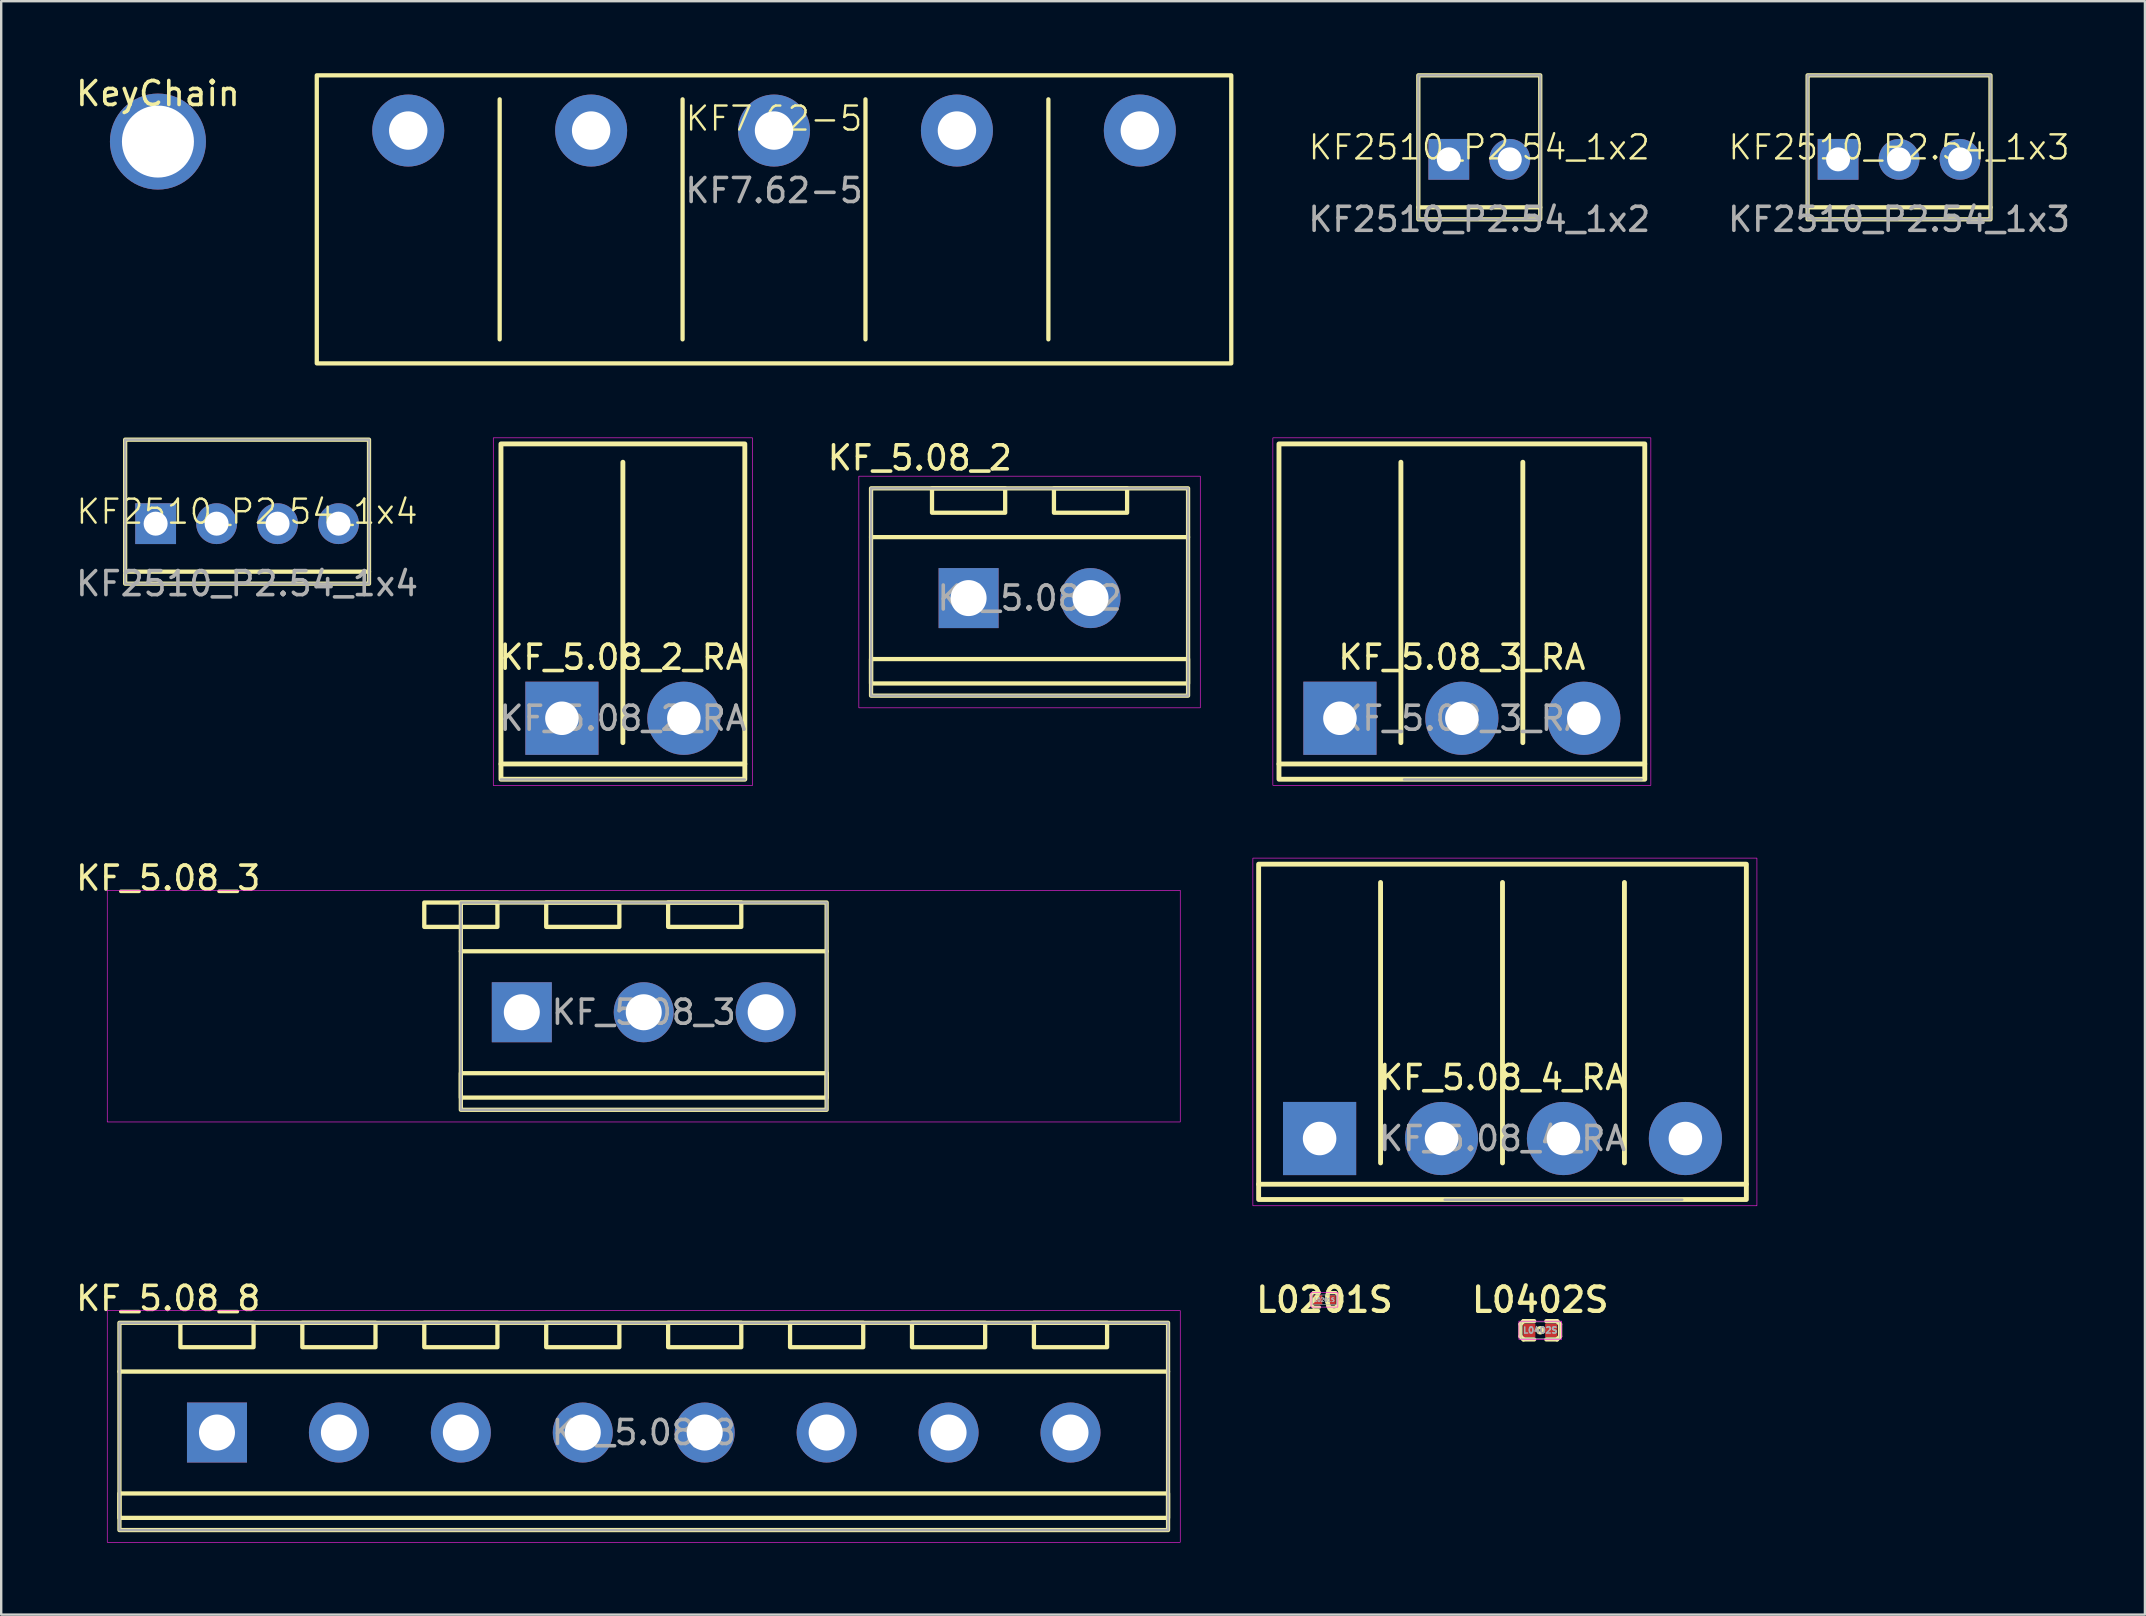
<source format=kicad_pcb>
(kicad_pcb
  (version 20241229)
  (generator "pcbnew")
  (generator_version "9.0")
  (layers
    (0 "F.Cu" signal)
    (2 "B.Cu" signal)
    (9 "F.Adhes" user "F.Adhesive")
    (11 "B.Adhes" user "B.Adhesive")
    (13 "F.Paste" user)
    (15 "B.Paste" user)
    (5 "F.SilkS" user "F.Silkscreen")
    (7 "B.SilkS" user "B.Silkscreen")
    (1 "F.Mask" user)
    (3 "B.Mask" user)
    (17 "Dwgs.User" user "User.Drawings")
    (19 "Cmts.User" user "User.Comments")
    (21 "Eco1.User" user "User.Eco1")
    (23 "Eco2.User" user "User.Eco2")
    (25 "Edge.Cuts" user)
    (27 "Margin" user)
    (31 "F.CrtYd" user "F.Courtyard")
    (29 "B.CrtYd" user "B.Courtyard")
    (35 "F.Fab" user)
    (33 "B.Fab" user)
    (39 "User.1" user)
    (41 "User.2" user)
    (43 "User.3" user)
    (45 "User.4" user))
  (footprint "KF7.62-5"
    (layer "F.Cu")
    (at 29.198 2.389)
    (property "Reference" "KF7.62-5" (at 0 -0.5 0) (unlocked yes) (layer "F.SilkS") (effects (font (size 1 1) (thickness 0.1))))
    (attr through_hole)
    (fp_line (start -11.43 -1.3) (end -11.43 8.7) (stroke (width 0.178) (type solid)) (layer "F.SilkS"))
    (fp_line (start -3.81 -1.3) (end -3.81 8.7) (stroke (width 0.178) (type solid)) (layer "F.SilkS"))
    (fp_line (start 3.81 -1.3) (end 3.81 8.7) (stroke (width 0.178) (type solid)) (layer "F.SilkS"))
    (fp_line (start 11.43 -1.3) (end 11.43 8.7) (stroke (width 0.178) (type solid)) (layer "F.SilkS"))
    (fp_rect (start -19.05 -2.3) (end 19.05 9.7) (stroke (width 0.178) (type solid)) (fill no) (layer "F.SilkS"))
    (fp_text user "${REFERENCE}" (at 0 2.5 0) (unlocked yes) (layer "F.Fab") (effects (font (size 1 1) (thickness 0.15))))
    (pad "1" thru_hole circle (at -15.24 0) (size 3 3) (drill 1.6) (layers "*.Cu" "*.Mask"))
    (pad "2" thru_hole circle (at -7.62 0) (size 3 3) (drill 1.6) (layers "*.Cu" "*.Mask"))
    (pad "3" thru_hole circle (at 0 0) (size 3 3) (drill 1.6) (layers "*.Cu" "*.Mask"))
    (pad "4" thru_hole circle (at 7.62 0) (size 3 3) (drill 1.6) (layers "*.Cu" "*.Mask"))
    (pad "5" thru_hole circle (at 15.24 0) (size 3 3) (drill 1.6) (layers "*.Cu" "*.Mask")))
  (footprint "KF2510_P2.54_1x3"
    (layer "F.Cu")
    (at 76.069 3.589)
    (property "Reference" "KF2510_P2.54_1x3" (at 0 -0.5 0) (unlocked yes) (layer "F.SilkS") (effects (font (size 1 1) (thickness 0.1))))
    (attr through_hole)
    (fp_line (start -3.81 2) (end 3.81 2) (stroke (width 0.178) (type solid)) (layer "F.SilkS"))
    (fp_rect (start -3.81 -3.5) (end 3.81 2.5) (stroke (width 0.178) (type solid)) (fill no) (layer "F.SilkS"))
    (fp_rect (start -3.81 -3.5) (end 3.81 2.5) (stroke (width 0.1) (type solid)) (fill no) (layer "F.Fab"))
    (fp_text user "${REFERENCE}" (at 0 2.5 0) (unlocked yes) (layer "F.Fab") (effects (font (size 1 1) (thickness 0.15))))
    (pad "1" thru_hole rect (at -2.54 0) (size 1.7 1.7) (drill 1) (layers "*.Cu" "*.Mask"))
    (pad "2" thru_hole circle (at 0 0) (size 1.7 1.7) (drill 1) (layers "*.Cu" "*.Mask"))
    (pad "3" thru_hole circle (at 2.54 0) (size 1.7 1.7) (drill 1) (layers "*.Cu" "*.Mask")))
  (footprint "KF_5.08_4_RA"
    (layer "F.Cu")
    (at 59.548 44.384)
    (property "Reference" "KF_5.08_4_RA" (at 0 -2.54 0) (layer "F.SilkS") (effects (font (size 1 1) (thickness 0.15))))
    (attr through_hole)
    (fp_line (start -10.16 1.905) (end 10.16 1.905) (stroke (width 0.203) (type solid)) (layer "F.SilkS"))
    (fp_line (start -5.08 1.016) (end -5.08 -10.668) (stroke (width 0.203) (type solid)) (layer "F.SilkS"))
    (fp_line (start 0 1.016) (end 0 -10.668) (stroke (width 0.203) (type solid)) (layer "F.SilkS"))
    (fp_line (start 5.08 1.016) (end 5.08 -10.668) (stroke (width 0.203) (type solid)) (layer "F.SilkS"))
    (fp_line (start 7.62 2.54) (end -2.54 2.54) (stroke (width 0.12) (type solid)) (layer "F.SilkS"))
    (fp_rect (start -10.16 2.54) (end 10.16 -11.43) (stroke (width 0.203) (type solid)) (fill no) (layer "F.SilkS"))
    (fp_rect (start -10.4 2.8) (end 10.6 -11.684) (stroke (width 0.025) (type solid)) (fill no) (layer "F.CrtYd"))
    (fp_line (start -2.41 2.55) (end 7.49 2.55) (stroke (width 0.1) (type solid)) (layer "F.Fab"))
    (fp_text user "${REFERENCE}" (at 0 0 0) (layer "F.Fab") (effects (font (size 1 1) (thickness 0.15))))
    (pad "1" thru_hole rect (at -7.62 0) (size 3.048 3.048) (drill 1.397) (layers "*.Cu" "*.Mask"))
    (pad "2" thru_hole circle (at -2.54 0) (size 3.048 3.048) (drill 1.397) (layers "*.Cu" "*.Mask"))
    (pad "3" thru_hole circle (at 2.54 0) (size 3.048 3.048) (drill 1.397) (layers "*.Cu" "*.Mask"))
    (pad "4" thru_hole circle (at 7.62 0) (size 3.048 3.048) (drill 1.397) (layers "*.Cu" "*.Mask")))
  (footprint "KF2510_P2.54_1x2"
    (layer "F.Cu")
    (at 58.581 3.589)
    (property "Reference" "KF2510_P2.54_1x2" (at 0 -0.5 0) (unlocked yes) (layer "F.SilkS") (effects (font (size 1 1) (thickness 0.1))))
    (attr through_hole)
    (fp_line (start -2.54 2) (end 2.54 2) (stroke (width 0.178) (type solid)) (layer "F.SilkS"))
    (fp_rect (start -2.54 -3.5) (end 2.54 2.5) (stroke (width 0.178) (type solid)) (fill no) (layer "F.SilkS"))
    (fp_rect (start -2.54 -3.5) (end 2.54 2.5) (stroke (width 0.1) (type solid)) (fill no) (layer "F.Fab"))
    (fp_text user "${REFERENCE}" (at 0 2.5 0) (unlocked yes) (layer "F.Fab") (effects (font (size 1 1) (thickness 0.15))))
    (pad "1" thru_hole rect (at -1.27 0) (size 1.7 1.7) (drill 1) (layers "*.Cu" "*.Mask"))
    (pad "2" thru_hole circle (at 1.27 0) (size 1.7 1.7) (drill 1) (layers "*.Cu" "*.Mask")))
  (footprint "KF_5.08_2_RA"
    (layer "F.Cu")
    (at 22.901 26.875)
    (property "Reference" "KF_5.08_2_RA" (at 0 -2.54 0) (layer "F.SilkS") (effects (font (size 1 1) (thickness 0.15))))
    (attr through_hole)
    (fp_line (start -5.08 1.905) (end 5.08 1.905) (stroke (width 0.203) (type solid)) (layer "F.SilkS"))
    (fp_line (start 0 1.016) (end 0 -10.668) (stroke (width 0.203) (type solid)) (layer "F.SilkS"))
    (fp_rect (start -5.08 2.54) (end 5.08 -11.43) (stroke (width 0.203) (type solid)) (fill no) (layer "F.SilkS"))
    (fp_rect (start -5.4 2.8) (end 5.4 -11.684) (stroke (width 0.025) (type solid)) (fill no) (layer "F.CrtYd"))
    (fp_line (start -5.08 2.55) (end 5.08 2.55) (stroke (width 0.1) (type solid)) (layer "F.Fab"))
    (fp_text user "${REFERENCE}" (at 0 0 0) (layer "F.Fab") (effects (font (size 1 1) (thickness 0.15))))
    (pad "1" thru_hole rect (at -2.54 0) (size 3.048 3.048) (drill 1.397) (layers "*.Cu" "*.Mask"))
    (pad "2" thru_hole circle (at 2.54 0) (size 3.048 3.048) (drill 1.397) (layers "*.Cu" "*.Mask")))
  (footprint "L0402S"
    (layer "F.Cu")
    (at 61.121 52.373)
    (property "Reference" "L0402S" (at 0 -1.27 0) (layer "F.SilkS") (effects (font (size 1.016 1.016) (thickness 0.178))))
    (attr smd)
    (fp_line (start -0.826 -0.254) (end -0.699 -0.381) (stroke (width 0.178) (type solid)) (layer "F.SilkS"))
    (fp_line (start -0.826 0.254) (end -0.826 -0.254) (stroke (width 0.178) (type solid)) (layer "F.SilkS"))
    (fp_line (start -0.826 0.254) (end -0.699 0.381) (stroke (width 0.178) (type solid)) (layer "F.SilkS"))
    (fp_line (start -0.699 0.381) (end -0.254 0.381) (stroke (width 0.178) (type solid)) (layer "F.SilkS"))
    (fp_line (start -0.254 -0.381) (end -0.699 -0.381) (stroke (width 0.178) (type solid)) (layer "F.SilkS"))
    (fp_line (start 0.254 -0.381) (end 0.699 -0.381) (stroke (width 0.178) (type solid)) (layer "F.SilkS"))
    (fp_line (start 0.254 0.381) (end 0.699 0.381) (stroke (width 0.178) (type solid)) (layer "F.SilkS"))
    (fp_line (start 0.699 0.381) (end 0.826 0.254) (stroke (width 0.178) (type solid)) (layer "F.SilkS"))
    (fp_line (start 0.826 -0.254) (end 0.699 -0.381) (stroke (width 0.178) (type solid)) (layer "F.SilkS"))
    (fp_line (start 0.826 -0.254) (end 0.826 0.254) (stroke (width 0.178) (type solid)) (layer "F.SilkS"))
    (fp_circle (center 0 0) (end 0.051 0) (stroke (width 0.127) (type solid)) (fill no) (layer "F.SilkS"))
    (fp_rect (start -0.889 -0.381) (end 0.889 0.381) (stroke (width 0.025) (type solid)) (fill no) (layer "F.CrtYd"))
    (fp_rect (start -0.8 -0.35) (end 0.8 0.35) (stroke (width 0.025) (type solid)) (fill no) (layer "F.Fab"))
    (fp_text user "${REFERENCE}" (at 0 0 0) (layer "F.Fab") (effects (font (size 0.254 0.254) (thickness 0.064))))
    (pad "1" smd rect (at -0.457 0) (size 0.508 0.559) (layers "F.Cu" "F.Mask" "F.Paste"))
    (pad "2" smd rect (at 0.457 0) (size 0.508 0.559) (layers "F.Cu" "F.Mask" "F.Paste")))
  (footprint "KF_5.08_3_RA"
    (layer "F.Cu")
    (at 57.855 26.875)
    (property "Reference" "KF_5.08_3_RA" (at 0 -2.54 0) (layer "F.SilkS") (effects (font (size 1 1) (thickness 0.15))))
    (attr through_hole)
    (fp_line (start -7.62 1.905) (end 7.62 1.905) (stroke (width 0.203) (type solid)) (layer "F.SilkS"))
    (fp_line (start -2.54 1.016) (end -2.54 -10.668) (stroke (width 0.203) (type solid)) (layer "F.SilkS"))
    (fp_line (start 2.54 1.016) (end 2.54 -10.668) (stroke (width 0.203) (type solid)) (layer "F.SilkS"))
    (fp_line (start 7.62 2.54) (end -2.54 2.54) (stroke (width 0.12) (type solid)) (layer "F.SilkS"))
    (fp_rect (start -7.62 2.54) (end 7.62 -11.43) (stroke (width 0.203) (type solid)) (fill no) (layer "F.SilkS"))
    (fp_rect (start -7.874 2.794) (end 7.874 -11.684) (stroke (width 0.025) (type solid)) (fill no) (layer "F.CrtYd"))
    (fp_line (start -2.41 2.55) (end 7.49 2.55) (stroke (width 0.1) (type solid)) (layer "F.Fab"))
    (fp_text user "${REFERENCE}" (at 0 0 0) (layer "F.Fab") (effects (font (size 1 1) (thickness 0.15))))
    (pad "1" thru_hole rect (at -5.08 0) (size 3.048 3.048) (drill 1.397) (layers "*.Cu" "*.Mask"))
    (pad "2" thru_hole circle (at 0 0) (size 3.048 3.048) (drill 1.397) (layers "*.Cu" "*.Mask"))
    (pad "3" thru_hole circle (at 5.08 0) (size 3.048 3.048) (drill 1.397) (layers "*.Cu" "*.Mask")))
  (footprint "KF_5.08_2"
    (layer "F.Cu")
    (at 39.844 21.868)
    (property "Reference" "KF_5.08_2" (at -4.572 -5.842 0) (layer "F.SilkS") (effects (font (size 1 1) (thickness 0.15))))
    (attr through_hole)
    (fp_line (start -6.604 -2.54) (end 6.604 -2.54) (stroke (width 0.178) (type solid)) (layer "F.SilkS"))
    (fp_rect (start -6.604 -4.572) (end 6.604 4.064) (stroke (width 0.178) (type solid)) (fill no) (layer "F.SilkS"))
    (fp_rect (start -6.604 2.54) (end 6.604 3.556) (stroke (width 0.178) (type solid)) (fill no) (layer "F.SilkS"))
    (fp_rect (start -4.064 -4.572) (end -1.016 -3.556) (stroke (width 0.178) (type solid)) (fill no) (layer "F.SilkS"))
    (fp_rect (start 1.016 -4.572) (end 4.064 -3.556) (stroke (width 0.178) (type solid)) (fill no) (layer "F.SilkS"))
    (fp_rect (start -7.112 -5.08) (end 7.112 4.572) (stroke (width 0.025) (type solid)) (fill no) (layer "F.CrtYd"))
    (fp_rect (start -6.604 -4.572) (end 6.604 4.064) (stroke (width 0.1) (type solid)) (fill no) (layer "F.Fab"))
    (fp_text user "${REFERENCE}" (at 0 0 0) (layer "F.Fab") (effects (font (size 1 1) (thickness 0.15))))
    (pad "1" thru_hole rect (at -2.54 0) (size 2.5 2.5) (drill 1.5) (layers "*.Cu" "*.Mask"))
    (pad "2" thru_hole oval (at 2.54 0) (size 2.5 2.5) (drill 1.5) (layers "*.Cu" "*.Mask")))
  (footprint "L0201S"
    (layer "F.Cu")
    (at 52.13 51.103)
    (property "Reference" "L0201S" (at 0 0 0) (layer "F.SilkS") (effects (font (size 1.016 1.016) (thickness 0.178))))
    (attr smd)
    (fp_line (start -0.559 -0.203) (end -0.559 0.203) (stroke (width 0.127) (type solid)) (layer "F.SilkS"))
    (fp_line (start -0.559 -0.203) (end -0.457 -0.305) (stroke (width 0.127) (type solid)) (layer "F.SilkS"))
    (fp_line (start -0.559 0.203) (end -0.457 0.305) (stroke (width 0.127) (type solid)) (layer "F.SilkS"))
    (fp_line (start -0.457 0.305) (end -0.203 0.305) (stroke (width 0.127) (type solid)) (layer "F.SilkS"))
    (fp_line (start -0.203 -0.305) (end -0.457 -0.305) (stroke (width 0.127) (type solid)) (layer "F.SilkS"))
    (fp_line (start 0.457 -0.305) (end 0.203 -0.305) (stroke (width 0.127) (type solid)) (layer "F.SilkS"))
    (fp_line (start 0.457 0.305) (end 0.203 0.305) (stroke (width 0.127) (type solid)) (layer "F.SilkS"))
    (fp_line (start 0.457 0.305) (end 0.559 0.203) (stroke (width 0.127) (type solid)) (layer "F.SilkS"))
    (fp_line (start 0.559 -0.203) (end 0.457 -0.305) (stroke (width 0.127) (type solid)) (layer "F.SilkS"))
    (fp_line (start 0.559 -0.203) (end 0.559 0.203) (stroke (width 0.127) (type solid)) (layer "F.SilkS"))
    (fp_rect (start -0.559 -0.305) (end 0.559 0.305) (stroke (width 0.025) (type solid)) (fill no) (layer "F.CrtYd"))
    (fp_rect (start -0.5 -0.2) (end 0.5 0.2) (stroke (width 0.025) (type solid)) (fill no) (layer "F.Fab"))
    (fp_text user "${REFERENCE}" (at 0 0 0) (layer "F.Fab") (effects (font (size 0.152 0.152) (thickness 0.038))))
    (pad "1" smd rect (at -0.279 0) (size 0.381 0.381) (layers "F.Cu" "F.Mask" "F.Paste"))
    (pad "2" smd rect (at 0.279 0) (size 0.381 0.381) (layers "F.Cu" "F.Mask" "F.Paste")))
  (footprint "KF_5.08_3"
    (layer "F.Cu")
    (at 23.77 39.123)
    (property "Reference" "KF_5.08_3" (at -19.812 -5.588 0) (layer "F.SilkS") (effects (font (size 1 1) (thickness 0.15))))
    (attr through_hole)
    (fp_line (start -7.62 -2.54) (end 7.62 -2.54) (stroke (width 0.178) (type solid)) (layer "F.SilkS"))
    (fp_rect (start -9.144 -4.572) (end -6.096 -3.556) (stroke (width 0.178) (type solid)) (fill no) (layer "F.SilkS"))
    (fp_rect (start -7.62 -4.572) (end 7.62 4.064) (stroke (width 0.178) (type solid)) (fill no) (layer "F.SilkS"))
    (fp_rect (start -7.62 2.54) (end 7.62 3.556) (stroke (width 0.178) (type solid)) (fill no) (layer "F.SilkS"))
    (fp_rect (start -4.064 -4.572) (end -1.016 -3.556) (stroke (width 0.178) (type solid)) (fill no) (layer "F.SilkS"))
    (fp_rect (start 1.016 -4.572) (end 4.064 -3.556) (stroke (width 0.178) (type solid)) (fill no) (layer "F.SilkS"))
    (fp_rect (start -22.352 -5.08) (end 22.352 4.572) (stroke (width 0.025) (type solid)) (fill no) (layer "F.CrtYd"))
    (fp_rect (start -7.62 -4.572) (end 7.62 4.064) (stroke (width 0.1) (type solid)) (fill no) (layer "F.Fab"))
    (fp_text user "${REFERENCE}" (at 0 0 0) (layer "F.Fab") (effects (font (size 1 1) (thickness 0.15))))
    (pad "1" thru_hole rect (at -5.08 0) (size 2.5 2.5) (drill 1.5) (layers "*.Cu" "*.Mask"))
    (pad "2" thru_hole oval (at 0 0) (size 2.5 2.5) (drill 1.5) (layers "*.Cu" "*.Mask"))
    (pad "3" thru_hole oval (at 5.08 0) (size 2.5 2.5) (drill 1.5) (layers "*.Cu" "*.Mask")))
  (footprint "KF_5.08_8"
    (layer "F.Cu")
    (at 23.77 56.633)
    (property "Reference" "KF_5.08_8" (at -19.812 -5.588 0) (layer "F.SilkS") (effects (font (size 1 1) (thickness 0.15))))
    (attr through_hole)
    (fp_line (start -21.844 -2.54) (end 21.844 -2.54) (stroke (width 0.178) (type solid)) (layer "F.SilkS"))
    (fp_rect (start -21.844 -4.572) (end 21.844 4.064) (stroke (width 0.178) (type solid)) (fill no) (layer "F.SilkS"))
    (fp_rect (start -21.844 2.54) (end 21.844 3.556) (stroke (width 0.178) (type solid)) (fill no) (layer "F.SilkS"))
    (fp_rect (start -19.304 -4.572) (end -16.256 -3.556) (stroke (width 0.178) (type solid)) (fill no) (layer "F.SilkS"))
    (fp_rect (start -14.224 -4.572) (end -11.176 -3.556) (stroke (width 0.178) (type solid)) (fill no) (layer "F.SilkS"))
    (fp_rect (start -9.144 -4.572) (end -6.096 -3.556) (stroke (width 0.178) (type solid)) (fill no) (layer "F.SilkS"))
    (fp_rect (start -4.064 -4.572) (end -1.016 -3.556) (stroke (width 0.178) (type solid)) (fill no) (layer "F.SilkS"))
    (fp_rect (start 1.016 -4.572) (end 4.064 -3.556) (stroke (width 0.178) (type solid)) (fill no) (layer "F.SilkS"))
    (fp_rect (start 6.096 -4.572) (end 9.144 -3.556) (stroke (width 0.178) (type solid)) (fill no) (layer "F.SilkS"))
    (fp_rect (start 11.176 -4.572) (end 14.224 -3.556) (stroke (width 0.178) (type solid)) (fill no) (layer "F.SilkS"))
    (fp_rect (start 16.256 -4.572) (end 19.304 -3.556) (stroke (width 0.178) (type solid)) (fill no) (layer "F.SilkS"))
    (fp_rect (start -22.352 -5.08) (end 22.352 4.572) (stroke (width 0.025) (type solid)) (fill no) (layer "F.CrtYd"))
    (fp_rect (start -21.844 -4.572) (end 21.844 4.064) (stroke (width 0.1) (type solid)) (fill no) (layer "F.Fab"))
    (fp_text user "${REFERENCE}" (at 0 0 0) (layer "F.Fab") (effects (font (size 1 1) (thickness 0.15))))
    (pad "1" thru_hole rect (at -17.78 0) (size 2.5 2.5) (drill 1.5) (layers "*.Cu" "*.Mask"))
    (pad "2" thru_hole oval (at -12.7 0) (size 2.5 2.5) (drill 1.5) (layers "*.Cu" "*.Mask"))
    (pad "3" thru_hole oval (at -7.62 0) (size 2.5 2.5) (drill 1.5) (layers "*.Cu" "*.Mask"))
    (pad "4" thru_hole oval (at -2.54 0) (size 2.5 2.5) (drill 1.5) (layers "*.Cu" "*.Mask"))
    (pad "5" thru_hole oval (at 2.54 0) (size 2.5 2.5) (drill 1.5) (layers "*.Cu" "*.Mask"))
    (pad "6" thru_hole oval (at 7.62 0) (size 2.5 2.5) (drill 1.5) (layers "*.Cu" "*.Mask"))
    (pad "7" thru_hole oval (at 12.7 0) (size 2.5 2.5) (drill 1.5) (layers "*.Cu" "*.Mask"))
    (pad "8" thru_hole oval (at 17.78 0) (size 2.5 2.5) (drill 1.5) (layers "*.Cu" "*.Mask")))
  (footprint "KeyChain"
    (layer "F.Cu")
    (at 3.53 2.848)
    (property "Reference" "KeyChain" (at 0 -2 0) (layer "F.SilkS") (effects (font (size 1 1) (thickness 0.15))))
    (attr smd)
    (fp_circle (center 0 0) (end 1.27 0) (stroke (width 0.025) (type solid)) (fill no) (layer "F.CrtYd"))
    (fp_text user "${REFERENCE}" (at 0 0 0) (layer "F.Fab") (effects (font (size 0.4 0.4) (thickness 0.06))))
    (pad "" thru_hole circle (at 0 0) (size 4 4) (drill 3) (layers "*.Cu" "*.Mask")))
  (footprint "KF2510_P2.54_1x4"
    (layer "F.Cu")
    (at 7.244 18.767)
    (property "Reference" "KF2510_P2.54_1x4" (at 0 -0.5 0) (unlocked yes) (layer "F.SilkS") (effects (font (size 1 1) (thickness 0.1))))
    (attr through_hole)
    (fp_line (start -5.08 2) (end 5.08 2) (stroke (width 0.178) (type solid)) (layer "F.SilkS"))
    (fp_rect (start -5.08 -3.5) (end 5.08 2.5) (stroke (width 0.178) (type solid)) (fill no) (layer "F.SilkS"))
    (fp_rect (start -5.08 -3.5) (end 5.08 2.5) (stroke (width 0.1) (type solid)) (fill no) (layer "F.Fab"))
    (fp_text user "${REFERENCE}" (at 0 2.5 0) (unlocked yes) (layer "F.Fab") (effects (font (size 1 1) (thickness 0.15))))
    (pad "1" thru_hole rect (at -3.81 0) (size 1.7 1.7) (drill 1) (layers "*.Cu" "*.Mask"))
    (pad "2" thru_hole circle (at -1.27 0) (size 1.7 1.7) (drill 1) (layers "*.Cu" "*.Mask"))
    (pad "3" thru_hole circle (at 1.27 0) (size 1.7 1.7) (drill 1) (layers "*.Cu" "*.Mask"))
    (pad "4" thru_hole circle (at 3.81 0) (size 1.7 1.7) (drill 1) (layers "*.Cu" "*.Mask")))
  (gr_rect
    (start -3 -3)
    (end 86.314 64.218)
    (stroke (width 0.1) (type default))
    (fill no)
    (layer "Edge.Cuts")))
</source>
